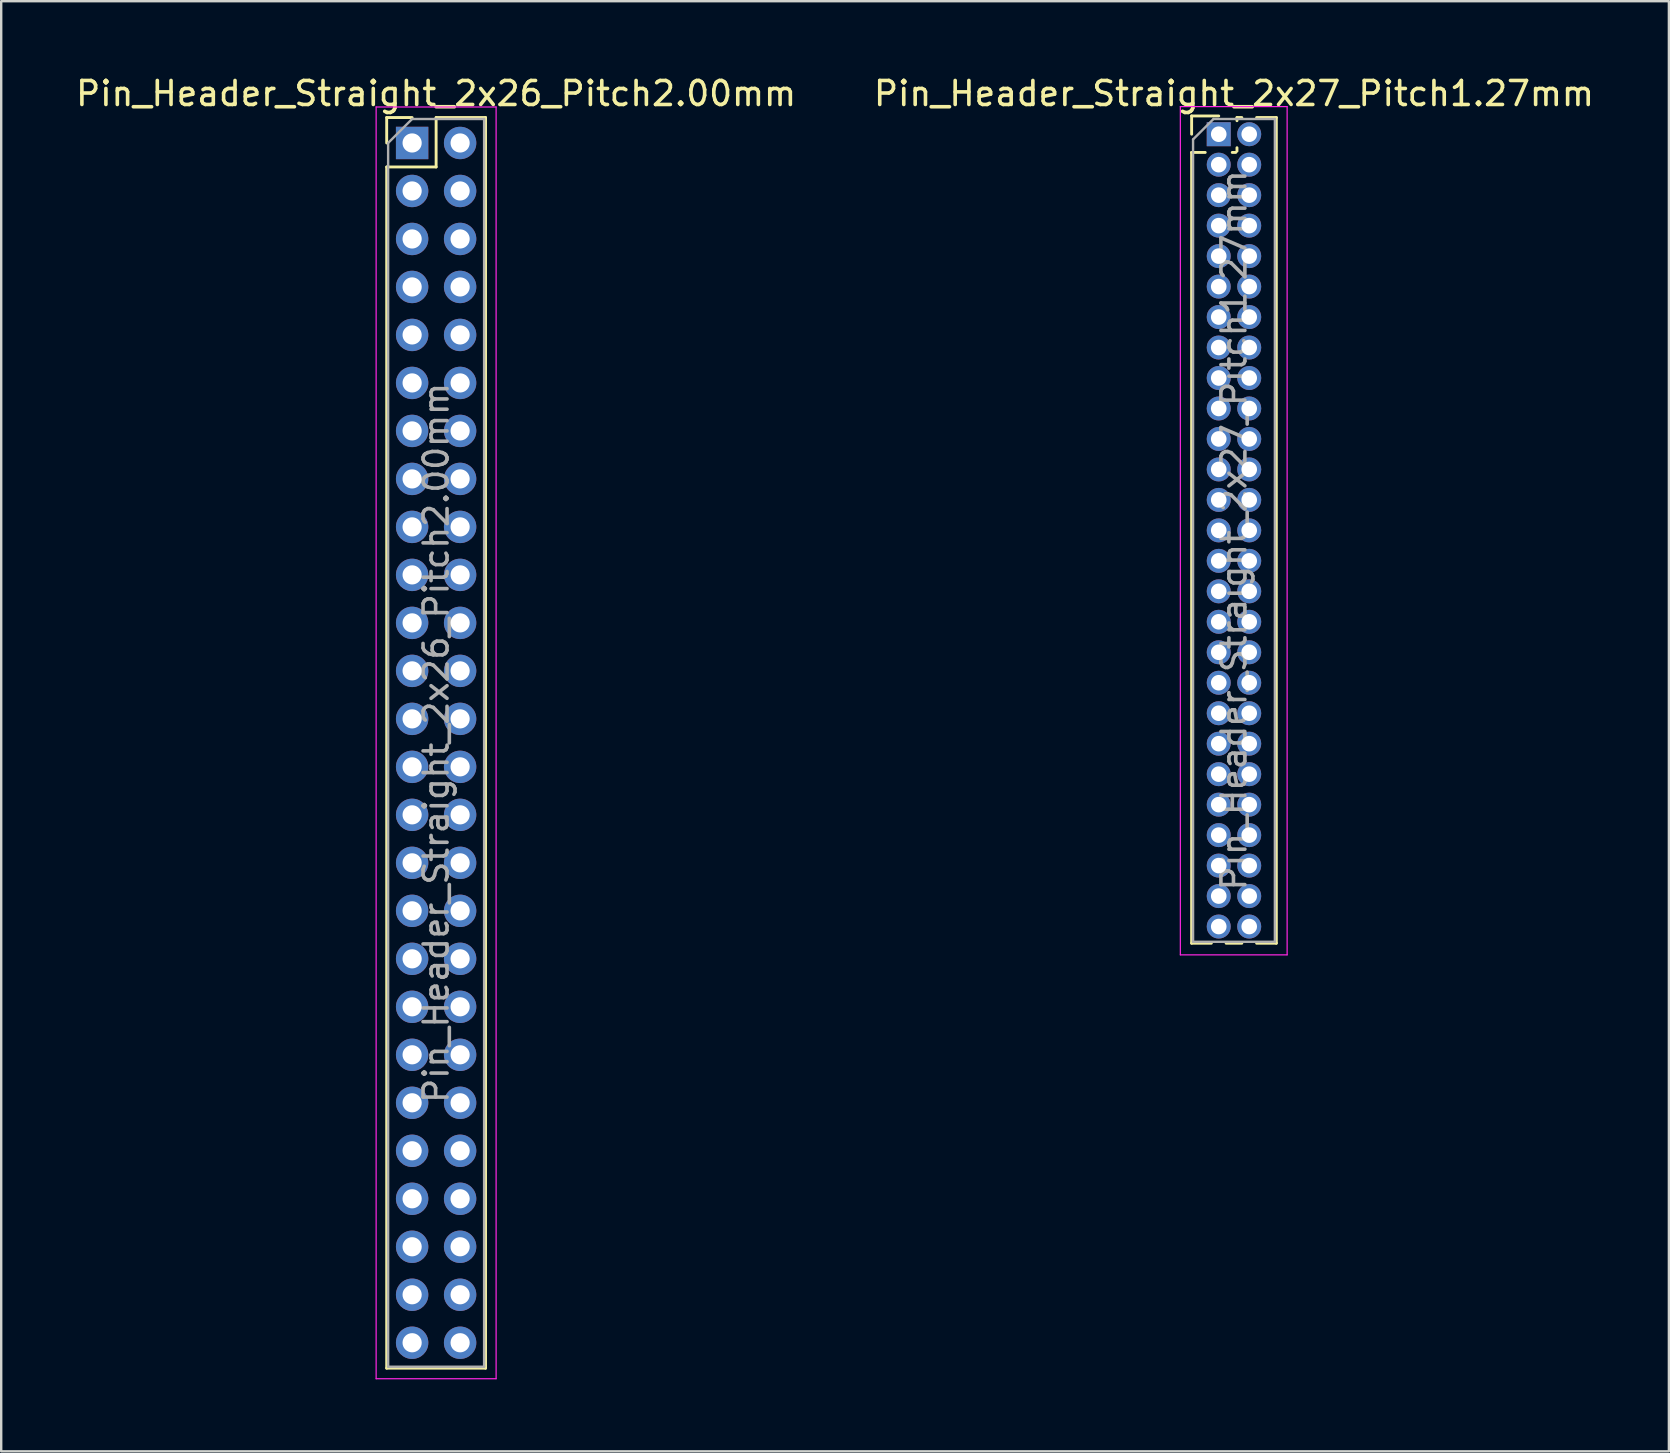
<source format=kicad_pcb>
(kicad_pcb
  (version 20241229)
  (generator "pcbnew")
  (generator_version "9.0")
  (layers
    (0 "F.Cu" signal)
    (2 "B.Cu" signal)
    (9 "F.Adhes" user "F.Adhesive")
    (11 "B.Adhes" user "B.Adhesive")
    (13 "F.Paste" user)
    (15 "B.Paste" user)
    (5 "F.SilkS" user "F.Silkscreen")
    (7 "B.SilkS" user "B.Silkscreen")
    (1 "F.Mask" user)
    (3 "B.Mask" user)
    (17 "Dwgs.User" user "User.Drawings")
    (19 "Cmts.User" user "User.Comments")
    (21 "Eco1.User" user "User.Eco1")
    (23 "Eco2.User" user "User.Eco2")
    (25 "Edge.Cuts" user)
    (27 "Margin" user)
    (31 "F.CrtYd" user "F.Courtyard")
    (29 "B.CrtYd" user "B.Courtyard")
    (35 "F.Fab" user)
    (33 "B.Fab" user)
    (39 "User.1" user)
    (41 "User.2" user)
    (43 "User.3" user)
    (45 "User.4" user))
  (footprint "Pin_Header_Straight_2x26_Pitch2.00mm"
    (layer "F.Cu")
    (at 14.125 2.908)
    (property "Reference" "Pin_Header_Straight_2x26_Pitch2.00mm" (at 1 -2.06 0) (layer "F.SilkS") (effects (font (size 1 1) (thickness 0.15))))
    (attr through_hole)
    (fp_line (start -1.06 -1.06) (end 0 -1.06) (stroke (width 0.12) (type solid)) (layer "F.SilkS"))
    (fp_line (start -1.06 0) (end -1.06 -1.06) (stroke (width 0.12) (type solid)) (layer "F.SilkS"))
    (fp_line (start -1.06 1) (end -1.06 51.06) (stroke (width 0.12) (type solid)) (layer "F.SilkS"))
    (fp_line (start -1.06 1) (end 1 1) (stroke (width 0.12) (type solid)) (layer "F.SilkS"))
    (fp_line (start -1.06 51.06) (end 3.06 51.06) (stroke (width 0.12) (type solid)) (layer "F.SilkS"))
    (fp_line (start 1 -1.06) (end 3.06 -1.06) (stroke (width 0.12) (type solid)) (layer "F.SilkS"))
    (fp_line (start 1 1) (end 1 -1.06) (stroke (width 0.12) (type solid)) (layer "F.SilkS"))
    (fp_line (start 3.06 -1.06) (end 3.06 51.06) (stroke (width 0.12) (type solid)) (layer "F.SilkS"))
    (fp_line (start -1.5 -1.5) (end -1.5 51.5) (stroke (width 0.05) (type solid)) (layer "F.CrtYd"))
    (fp_line (start -1.5 51.5) (end 3.5 51.5) (stroke (width 0.05) (type solid)) (layer "F.CrtYd"))
    (fp_line (start 3.5 -1.5) (end -1.5 -1.5) (stroke (width 0.05) (type solid)) (layer "F.CrtYd"))
    (fp_line (start 3.5 51.5) (end 3.5 -1.5) (stroke (width 0.05) (type solid)) (layer "F.CrtYd"))
    (fp_line (start -1 0) (end 0 -1) (stroke (width 0.1) (type solid)) (layer "F.Fab"))
    (fp_line (start -1 51) (end -1 0) (stroke (width 0.1) (type solid)) (layer "F.Fab"))
    (fp_line (start 0 -1) (end 3 -1) (stroke (width 0.1) (type solid)) (layer "F.Fab"))
    (fp_line (start 3 -1) (end 3 51) (stroke (width 0.1) (type solid)) (layer "F.Fab"))
    (fp_line (start 3 51) (end -1 51) (stroke (width 0.1) (type solid)) (layer "F.Fab"))
    (fp_text user "${REFERENCE}" (at 1 25 90) (layer "F.Fab") (effects (font (size 1 1) (thickness 0.15))))
    (pad "1" thru_hole rect (at 0 0) (size 1.35 1.35) (drill 0.8) (layers "*.Cu" "*.Mask"))
    (pad "2" thru_hole oval (at 2 0) (size 1.35 1.35) (drill 0.8) (layers "*.Cu" "*.Mask"))
    (pad "3" thru_hole oval (at 0 2) (size 1.35 1.35) (drill 0.8) (layers "*.Cu" "*.Mask"))
    (pad "4" thru_hole oval (at 2 2) (size 1.35 1.35) (drill 0.8) (layers "*.Cu" "*.Mask"))
    (pad "5" thru_hole oval (at 0 4) (size 1.35 1.35) (drill 0.8) (layers "*.Cu" "*.Mask"))
    (pad "6" thru_hole oval (at 2 4) (size 1.35 1.35) (drill 0.8) (layers "*.Cu" "*.Mask"))
    (pad "7" thru_hole oval (at 0 6) (size 1.35 1.35) (drill 0.8) (layers "*.Cu" "*.Mask"))
    (pad "8" thru_hole oval (at 2 6) (size 1.35 1.35) (drill 0.8) (layers "*.Cu" "*.Mask"))
    (pad "9" thru_hole oval (at 0 8) (size 1.35 1.35) (drill 0.8) (layers "*.Cu" "*.Mask"))
    (pad "10" thru_hole oval (at 2 8) (size 1.35 1.35) (drill 0.8) (layers "*.Cu" "*.Mask"))
    (pad "11" thru_hole oval (at 0 10) (size 1.35 1.35) (drill 0.8) (layers "*.Cu" "*.Mask"))
    (pad "12" thru_hole oval (at 2 10) (size 1.35 1.35) (drill 0.8) (layers "*.Cu" "*.Mask"))
    (pad "13" thru_hole oval (at 0 12) (size 1.35 1.35) (drill 0.8) (layers "*.Cu" "*.Mask"))
    (pad "14" thru_hole oval (at 2 12) (size 1.35 1.35) (drill 0.8) (layers "*.Cu" "*.Mask"))
    (pad "15" thru_hole oval (at 0 14) (size 1.35 1.35) (drill 0.8) (layers "*.Cu" "*.Mask"))
    (pad "16" thru_hole oval (at 2 14) (size 1.35 1.35) (drill 0.8) (layers "*.Cu" "*.Mask"))
    (pad "17" thru_hole oval (at 0 16) (size 1.35 1.35) (drill 0.8) (layers "*.Cu" "*.Mask"))
    (pad "18" thru_hole oval (at 2 16) (size 1.35 1.35) (drill 0.8) (layers "*.Cu" "*.Mask"))
    (pad "19" thru_hole oval (at 0 18) (size 1.35 1.35) (drill 0.8) (layers "*.Cu" "*.Mask"))
    (pad "20" thru_hole oval (at 2 18) (size 1.35 1.35) (drill 0.8) (layers "*.Cu" "*.Mask"))
    (pad "21" thru_hole oval (at 0 20) (size 1.35 1.35) (drill 0.8) (layers "*.Cu" "*.Mask"))
    (pad "22" thru_hole oval (at 2 20) (size 1.35 1.35) (drill 0.8) (layers "*.Cu" "*.Mask"))
    (pad "23" thru_hole oval (at 0 22) (size 1.35 1.35) (drill 0.8) (layers "*.Cu" "*.Mask"))
    (pad "24" thru_hole oval (at 2 22) (size 1.35 1.35) (drill 0.8) (layers "*.Cu" "*.Mask"))
    (pad "25" thru_hole oval (at 0 24) (size 1.35 1.35) (drill 0.8) (layers "*.Cu" "*.Mask"))
    (pad "26" thru_hole oval (at 2 24) (size 1.35 1.35) (drill 0.8) (layers "*.Cu" "*.Mask"))
    (pad "27" thru_hole oval (at 0 26) (size 1.35 1.35) (drill 0.8) (layers "*.Cu" "*.Mask"))
    (pad "28" thru_hole oval (at 2 26) (size 1.35 1.35) (drill 0.8) (layers "*.Cu" "*.Mask"))
    (pad "29" thru_hole oval (at 0 28) (size 1.35 1.35) (drill 0.8) (layers "*.Cu" "*.Mask"))
    (pad "30" thru_hole oval (at 2 28) (size 1.35 1.35) (drill 0.8) (layers "*.Cu" "*.Mask"))
    (pad "31" thru_hole oval (at 0 30) (size 1.35 1.35) (drill 0.8) (layers "*.Cu" "*.Mask"))
    (pad "32" thru_hole oval (at 2 30) (size 1.35 1.35) (drill 0.8) (layers "*.Cu" "*.Mask"))
    (pad "33" thru_hole oval (at 0 32) (size 1.35 1.35) (drill 0.8) (layers "*.Cu" "*.Mask"))
    (pad "34" thru_hole oval (at 2 32) (size 1.35 1.35) (drill 0.8) (layers "*.Cu" "*.Mask"))
    (pad "35" thru_hole oval (at 0 34) (size 1.35 1.35) (drill 0.8) (layers "*.Cu" "*.Mask"))
    (pad "36" thru_hole oval (at 2 34) (size 1.35 1.35) (drill 0.8) (layers "*.Cu" "*.Mask"))
    (pad "37" thru_hole oval (at 0 36) (size 1.35 1.35) (drill 0.8) (layers "*.Cu" "*.Mask"))
    (pad "38" thru_hole oval (at 2 36) (size 1.35 1.35) (drill 0.8) (layers "*.Cu" "*.Mask"))
    (pad "39" thru_hole oval (at 0 38) (size 1.35 1.35) (drill 0.8) (layers "*.Cu" "*.Mask"))
    (pad "40" thru_hole oval (at 2 38) (size 1.35 1.35) (drill 0.8) (layers "*.Cu" "*.Mask"))
    (pad "41" thru_hole oval (at 0 40) (size 1.35 1.35) (drill 0.8) (layers "*.Cu" "*.Mask"))
    (pad "42" thru_hole oval (at 2 40) (size 1.35 1.35) (drill 0.8) (layers "*.Cu" "*.Mask"))
    (pad "43" thru_hole oval (at 0 42) (size 1.35 1.35) (drill 0.8) (layers "*.Cu" "*.Mask"))
    (pad "44" thru_hole oval (at 2 42) (size 1.35 1.35) (drill 0.8) (layers "*.Cu" "*.Mask"))
    (pad "45" thru_hole oval (at 0 44) (size 1.35 1.35) (drill 0.8) (layers "*.Cu" "*.Mask"))
    (pad "46" thru_hole oval (at 2 44) (size 1.35 1.35) (drill 0.8) (layers "*.Cu" "*.Mask"))
    (pad "47" thru_hole oval (at 0 46) (size 1.35 1.35) (drill 0.8) (layers "*.Cu" "*.Mask"))
    (pad "48" thru_hole oval (at 2 46) (size 1.35 1.35) (drill 0.8) (layers "*.Cu" "*.Mask"))
    (pad "49" thru_hole oval (at 0 48) (size 1.35 1.35) (drill 0.8) (layers "*.Cu" "*.Mask"))
    (pad "50" thru_hole oval (at 2 48) (size 1.35 1.35) (drill 0.8) (layers "*.Cu" "*.Mask"))
    (pad "51" thru_hole oval (at 0 50) (size 1.35 1.35) (drill 0.8) (layers "*.Cu" "*.Mask"))
    (pad "52" thru_hole oval (at 2 50) (size 1.35 1.35) (drill 0.8) (layers "*.Cu" "*.Mask")))
  (footprint "Pin_Header_Straight_2x27_Pitch1.27mm"
    (layer "F.Cu")
    (at 47.74 2.543)
    (property "Reference" "Pin_Header_Straight_2x27_Pitch1.27mm" (at 0.635 -1.695 0) (layer "F.SilkS") (effects (font (size 1 1) (thickness 0.15))))
    (attr through_hole)
    (fp_line (start -1.13 -0.76) (end 0 -0.76) (stroke (width 0.12) (type solid)) (layer "F.SilkS"))
    (fp_line (start -1.13 0) (end -1.13 -0.76) (stroke (width 0.12) (type solid)) (layer "F.SilkS"))
    (fp_line (start -1.13 0.76) (end -1.13 33.715) (stroke (width 0.12) (type solid)) (layer "F.SilkS"))
    (fp_line (start -1.13 0.76) (end -0.563 0.76) (stroke (width 0.12) (type solid)) (layer "F.SilkS"))
    (fp_line (start -1.13 33.715) (end -0.308 33.715) (stroke (width 0.12) (type solid)) (layer "F.SilkS"))
    (fp_line (start 0.308 33.715) (end 0.962 33.715) (stroke (width 0.12) (type solid)) (layer "F.SilkS"))
    (fp_line (start 0.563 0.76) (end 0.707 0.76) (stroke (width 0.12) (type solid)) (layer "F.SilkS"))
    (fp_line (start 0.76 -0.695) (end 0.962 -0.695) (stroke (width 0.12) (type solid)) (layer "F.SilkS"))
    (fp_line (start 0.76 -0.563) (end 0.76 -0.695) (stroke (width 0.12) (type solid)) (layer "F.SilkS"))
    (fp_line (start 0.76 0.707) (end 0.76 0.563) (stroke (width 0.12) (type solid)) (layer "F.SilkS"))
    (fp_line (start 1.578 -0.695) (end 2.4 -0.695) (stroke (width 0.12) (type solid)) (layer "F.SilkS"))
    (fp_line (start 1.578 33.715) (end 2.4 33.715) (stroke (width 0.12) (type solid)) (layer "F.SilkS"))
    (fp_line (start 2.4 -0.695) (end 2.4 33.715) (stroke (width 0.12) (type solid)) (layer "F.SilkS"))
    (fp_line (start -1.6 -1.15) (end -1.6 34.2) (stroke (width 0.05) (type solid)) (layer "F.CrtYd"))
    (fp_line (start -1.6 34.2) (end 2.85 34.2) (stroke (width 0.05) (type solid)) (layer "F.CrtYd"))
    (fp_line (start 2.85 -1.15) (end -1.6 -1.15) (stroke (width 0.05) (type solid)) (layer "F.CrtYd"))
    (fp_line (start 2.85 34.2) (end 2.85 -1.15) (stroke (width 0.05) (type solid)) (layer "F.CrtYd"))
    (fp_line (start -1.07 0.217) (end -0.217 -0.635) (stroke (width 0.1) (type solid)) (layer "F.Fab"))
    (fp_line (start -1.07 33.655) (end -1.07 0.217) (stroke (width 0.1) (type solid)) (layer "F.Fab"))
    (fp_line (start -0.217 -0.635) (end 2.34 -0.635) (stroke (width 0.1) (type solid)) (layer "F.Fab"))
    (fp_line (start 2.34 -0.635) (end 2.34 33.655) (stroke (width 0.1) (type solid)) (layer "F.Fab"))
    (fp_line (start 2.34 33.655) (end -1.07 33.655) (stroke (width 0.1) (type solid)) (layer "F.Fab"))
    (fp_text user "${REFERENCE}" (at 0.635 16.51 90) (layer "F.Fab") (effects (font (size 1 1) (thickness 0.15))))
    (pad "1" thru_hole rect (at 0 0) (size 1 1) (drill 0.65) (layers "*.Cu" "*.Mask"))
    (pad "2" thru_hole oval (at 1.27 0) (size 1 1) (drill 0.65) (layers "*.Cu" "*.Mask"))
    (pad "3" thru_hole oval (at 0 1.27) (size 1 1) (drill 0.65) (layers "*.Cu" "*.Mask"))
    (pad "4" thru_hole oval (at 1.27 1.27) (size 1 1) (drill 0.65) (layers "*.Cu" "*.Mask"))
    (pad "5" thru_hole oval (at 0 2.54) (size 1 1) (drill 0.65) (layers "*.Cu" "*.Mask"))
    (pad "6" thru_hole oval (at 1.27 2.54) (size 1 1) (drill 0.65) (layers "*.Cu" "*.Mask"))
    (pad "7" thru_hole oval (at 0 3.81) (size 1 1) (drill 0.65) (layers "*.Cu" "*.Mask"))
    (pad "8" thru_hole oval (at 1.27 3.81) (size 1 1) (drill 0.65) (layers "*.Cu" "*.Mask"))
    (pad "9" thru_hole oval (at 0 5.08) (size 1 1) (drill 0.65) (layers "*.Cu" "*.Mask"))
    (pad "10" thru_hole oval (at 1.27 5.08) (size 1 1) (drill 0.65) (layers "*.Cu" "*.Mask"))
    (pad "11" thru_hole oval (at 0 6.35) (size 1 1) (drill 0.65) (layers "*.Cu" "*.Mask"))
    (pad "12" thru_hole oval (at 1.27 6.35) (size 1 1) (drill 0.65) (layers "*.Cu" "*.Mask"))
    (pad "13" thru_hole oval (at 0 7.62) (size 1 1) (drill 0.65) (layers "*.Cu" "*.Mask"))
    (pad "14" thru_hole oval (at 1.27 7.62) (size 1 1) (drill 0.65) (layers "*.Cu" "*.Mask"))
    (pad "15" thru_hole oval (at 0 8.89) (size 1 1) (drill 0.65) (layers "*.Cu" "*.Mask"))
    (pad "16" thru_hole oval (at 1.27 8.89) (size 1 1) (drill 0.65) (layers "*.Cu" "*.Mask"))
    (pad "17" thru_hole oval (at 0 10.16) (size 1 1) (drill 0.65) (layers "*.Cu" "*.Mask"))
    (pad "18" thru_hole oval (at 1.27 10.16) (size 1 1) (drill 0.65) (layers "*.Cu" "*.Mask"))
    (pad "19" thru_hole oval (at 0 11.43) (size 1 1) (drill 0.65) (layers "*.Cu" "*.Mask"))
    (pad "20" thru_hole oval (at 1.27 11.43) (size 1 1) (drill 0.65) (layers "*.Cu" "*.Mask"))
    (pad "21" thru_hole oval (at 0 12.7) (size 1 1) (drill 0.65) (layers "*.Cu" "*.Mask"))
    (pad "22" thru_hole oval (at 1.27 12.7) (size 1 1) (drill 0.65) (layers "*.Cu" "*.Mask"))
    (pad "23" thru_hole oval (at 0 13.97) (size 1 1) (drill 0.65) (layers "*.Cu" "*.Mask"))
    (pad "24" thru_hole oval (at 1.27 13.97) (size 1 1) (drill 0.65) (layers "*.Cu" "*.Mask"))
    (pad "25" thru_hole oval (at 0 15.24) (size 1 1) (drill 0.65) (layers "*.Cu" "*.Mask"))
    (pad "26" thru_hole oval (at 1.27 15.24) (size 1 1) (drill 0.65) (layers "*.Cu" "*.Mask"))
    (pad "27" thru_hole oval (at 0 16.51) (size 1 1) (drill 0.65) (layers "*.Cu" "*.Mask"))
    (pad "28" thru_hole oval (at 1.27 16.51) (size 1 1) (drill 0.65) (layers "*.Cu" "*.Mask"))
    (pad "29" thru_hole oval (at 0 17.78) (size 1 1) (drill 0.65) (layers "*.Cu" "*.Mask"))
    (pad "30" thru_hole oval (at 1.27 17.78) (size 1 1) (drill 0.65) (layers "*.Cu" "*.Mask"))
    (pad "31" thru_hole oval (at 0 19.05) (size 1 1) (drill 0.65) (layers "*.Cu" "*.Mask"))
    (pad "32" thru_hole oval (at 1.27 19.05) (size 1 1) (drill 0.65) (layers "*.Cu" "*.Mask"))
    (pad "33" thru_hole oval (at 0 20.32) (size 1 1) (drill 0.65) (layers "*.Cu" "*.Mask"))
    (pad "34" thru_hole oval (at 1.27 20.32) (size 1 1) (drill 0.65) (layers "*.Cu" "*.Mask"))
    (pad "35" thru_hole oval (at 0 21.59) (size 1 1) (drill 0.65) (layers "*.Cu" "*.Mask"))
    (pad "36" thru_hole oval (at 1.27 21.59) (size 1 1) (drill 0.65) (layers "*.Cu" "*.Mask"))
    (pad "37" thru_hole oval (at 0 22.86) (size 1 1) (drill 0.65) (layers "*.Cu" "*.Mask"))
    (pad "38" thru_hole oval (at 1.27 22.86) (size 1 1) (drill 0.65) (layers "*.Cu" "*.Mask"))
    (pad "39" thru_hole oval (at 0 24.13) (size 1 1) (drill 0.65) (layers "*.Cu" "*.Mask"))
    (pad "40" thru_hole oval (at 1.27 24.13) (size 1 1) (drill 0.65) (layers "*.Cu" "*.Mask"))
    (pad "41" thru_hole oval (at 0 25.4) (size 1 1) (drill 0.65) (layers "*.Cu" "*.Mask"))
    (pad "42" thru_hole oval (at 1.27 25.4) (size 1 1) (drill 0.65) (layers "*.Cu" "*.Mask"))
    (pad "43" thru_hole oval (at 0 26.67) (size 1 1) (drill 0.65) (layers "*.Cu" "*.Mask"))
    (pad "44" thru_hole oval (at 1.27 26.67) (size 1 1) (drill 0.65) (layers "*.Cu" "*.Mask"))
    (pad "45" thru_hole oval (at 0 27.94) (size 1 1) (drill 0.65) (layers "*.Cu" "*.Mask"))
    (pad "46" thru_hole oval (at 1.27 27.94) (size 1 1) (drill 0.65) (layers "*.Cu" "*.Mask"))
    (pad "47" thru_hole oval (at 0 29.21) (size 1 1) (drill 0.65) (layers "*.Cu" "*.Mask"))
    (pad "48" thru_hole oval (at 1.27 29.21) (size 1 1) (drill 0.65) (layers "*.Cu" "*.Mask"))
    (pad "49" thru_hole oval (at 0 30.48) (size 1 1) (drill 0.65) (layers "*.Cu" "*.Mask"))
    (pad "50" thru_hole oval (at 1.27 30.48) (size 1 1) (drill 0.65) (layers "*.Cu" "*.Mask"))
    (pad "51" thru_hole oval (at 0 31.75) (size 1 1) (drill 0.65) (layers "*.Cu" "*.Mask"))
    (pad "52" thru_hole oval (at 1.27 31.75) (size 1 1) (drill 0.65) (layers "*.Cu" "*.Mask"))
    (pad "53" thru_hole oval (at 0 33.02) (size 1 1) (drill 0.65) (layers "*.Cu" "*.Mask"))
    (pad "54" thru_hole oval (at 1.27 33.02) (size 1 1) (drill 0.65) (layers "*.Cu" "*.Mask")))
  (gr_rect
    (start -3 -3)
    (end 66.5 57.433)
    (stroke (width 0.1) (type default))
    (fill no)
    (layer "Edge.Cuts")))
</source>
